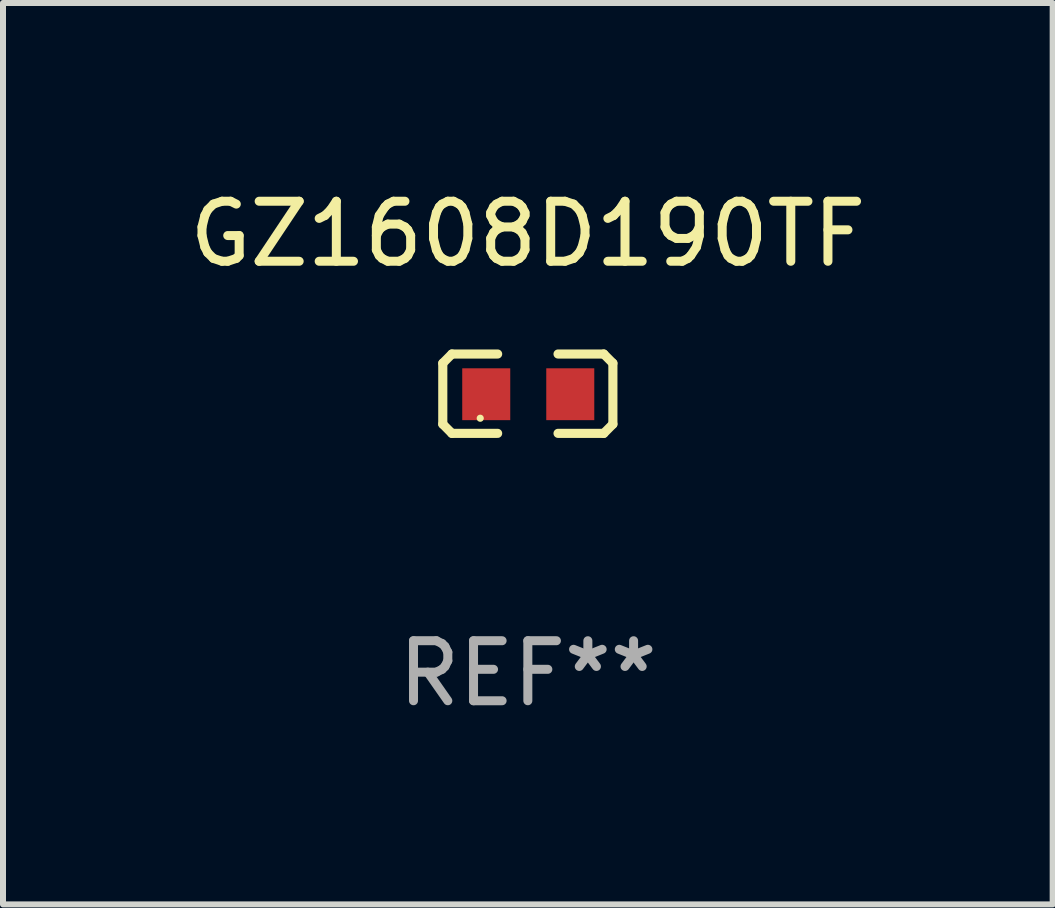
<source format=kicad_pcb>
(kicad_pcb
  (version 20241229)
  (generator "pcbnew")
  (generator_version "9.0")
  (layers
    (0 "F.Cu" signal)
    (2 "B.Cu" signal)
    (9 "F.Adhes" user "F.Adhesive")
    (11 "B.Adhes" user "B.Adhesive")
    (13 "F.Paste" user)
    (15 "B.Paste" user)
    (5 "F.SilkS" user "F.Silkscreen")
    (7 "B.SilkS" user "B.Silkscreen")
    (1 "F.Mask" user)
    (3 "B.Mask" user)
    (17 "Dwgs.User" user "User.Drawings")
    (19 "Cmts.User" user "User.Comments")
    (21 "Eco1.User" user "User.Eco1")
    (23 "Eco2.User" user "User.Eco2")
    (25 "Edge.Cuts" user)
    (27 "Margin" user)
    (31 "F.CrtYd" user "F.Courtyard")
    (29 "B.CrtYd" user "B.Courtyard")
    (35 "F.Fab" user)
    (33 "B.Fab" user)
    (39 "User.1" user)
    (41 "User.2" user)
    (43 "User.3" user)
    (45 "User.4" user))
  (footprint "GZ1608D190TF"
    (layer "F.Cu")
    (at 5.744 3.509)
    (property "Reference" "GZ1608D190TF" (at 0 -2.661 0) (layer "F.SilkS") (effects (font (size 1 1) (thickness 0.15))))
    (attr through_hole)
    (fp_line (start -1.417 -0.508) (end -1.265 -0.661) (stroke (width 0.152) (type solid)) (layer "F.SilkS"))
    (fp_line (start -1.417 0.508) (end -1.417 -0.508) (stroke (width 0.152) (type solid)) (layer "F.SilkS"))
    (fp_line (start -1.265 -0.661) (end -0.503 -0.661) (stroke (width 0.152) (type solid)) (layer "F.SilkS"))
    (fp_line (start -1.265 0.661) (end -1.417 0.508) (stroke (width 0.152) (type solid)) (layer "F.SilkS"))
    (fp_line (start -1.265 0.661) (end -0.503 0.661) (stroke (width 0.152) (type solid)) (layer "F.SilkS"))
    (fp_line (start 1.265 -0.661) (end 0.503 -0.661) (stroke (width 0.152) (type solid)) (layer "F.SilkS"))
    (fp_line (start 1.265 -0.661) (end 1.417 -0.508) (stroke (width 0.152) (type solid)) (layer "F.SilkS"))
    (fp_line (start 1.265 0.661) (end 0.503 0.661) (stroke (width 0.152) (type solid)) (layer "F.SilkS"))
    (fp_line (start 1.417 -0.508) (end 1.417 0.508) (stroke (width 0.152) (type solid)) (layer "F.SilkS"))
    (fp_line (start 1.417 0.508) (end 1.265 0.661) (stroke (width 0.152) (type solid)) (layer "F.SilkS"))
    (fp_circle (center -0.793 0.409) (end -0.763 0.409) (stroke (width 0.06) (type solid)) (fill no) (layer "F.SilkS"))
    (fp_text user "REF**" (at 0 4.661 0) (layer "F.Fab") (effects (font (size 1 1) (thickness 0.15))))
    (pad "1" smd rect (at -0.693 0.009 180) (size 0.8 0.864) (layers "F.Cu" "F.Mask" "F.Paste"))
    (pad "2" smd rect (at 0.707 0.009 180) (size 0.8 0.864) (layers "F.Cu" "F.Mask" "F.Paste")))
  (gr_rect
    (start -3 -3)
    (end 14.488 12.018)
    (stroke (width 0.1) (type default))
    (fill no)
    (layer "Edge.Cuts")))
</source>
